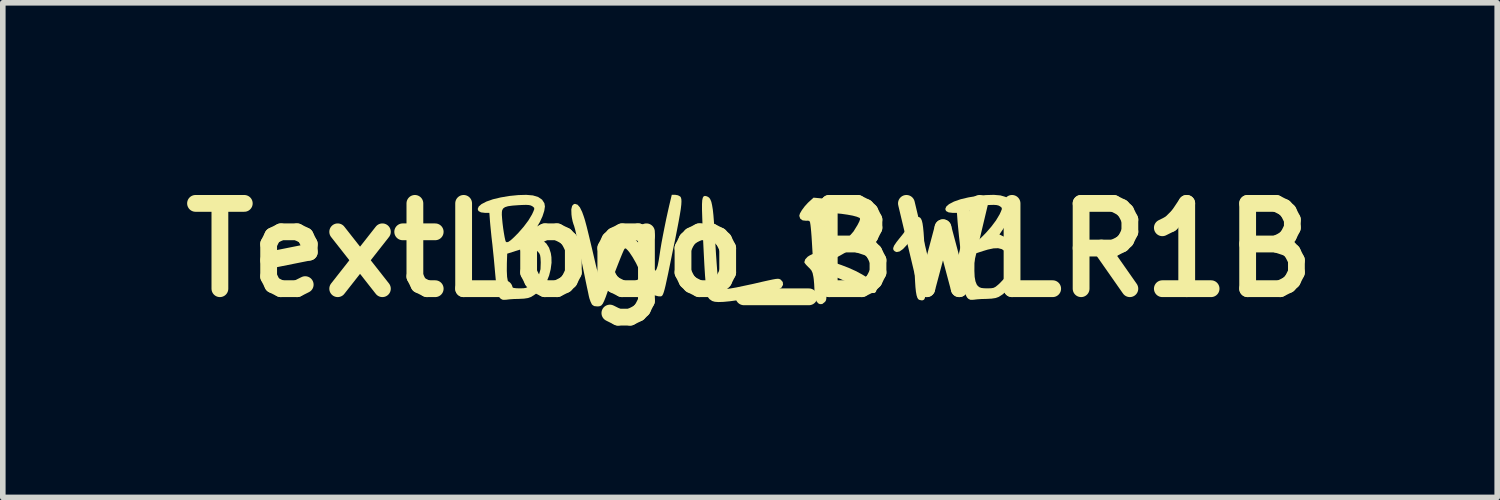
<source format=kicad_pcb>
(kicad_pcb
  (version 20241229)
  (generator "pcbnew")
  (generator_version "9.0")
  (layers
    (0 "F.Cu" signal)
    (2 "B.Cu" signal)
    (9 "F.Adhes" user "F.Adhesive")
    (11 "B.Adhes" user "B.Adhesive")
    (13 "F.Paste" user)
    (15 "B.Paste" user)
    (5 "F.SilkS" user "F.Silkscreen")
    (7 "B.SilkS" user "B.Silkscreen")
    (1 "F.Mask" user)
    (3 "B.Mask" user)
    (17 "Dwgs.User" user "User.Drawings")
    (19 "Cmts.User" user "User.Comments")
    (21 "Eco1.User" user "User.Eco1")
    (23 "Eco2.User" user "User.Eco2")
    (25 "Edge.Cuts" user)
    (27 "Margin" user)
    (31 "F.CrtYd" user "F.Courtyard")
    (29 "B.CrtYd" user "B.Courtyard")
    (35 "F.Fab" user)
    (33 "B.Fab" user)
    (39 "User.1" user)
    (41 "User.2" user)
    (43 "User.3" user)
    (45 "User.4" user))
  (footprint "TextLogo_BWLR1B"
    (layer "F.Cu")
    (at 10.349 1.418)
    (property "Reference" "TextLogo_BWLR1B" (at 0 0 0) (layer "F.SilkS") (effects (font (size 1.524 1.524) (thickness 0.3))))
    (attr board_only exclude_from_pos_files exclude_from_bom)
    (fp_poly (pts (xy 3.017 -0.59) (xy 3.038 -0.58) (xy 3.055 -0.559) (xy 3.07 -0.525) (xy 3.082 -0.475) (xy 3.092 -0.405) (xy 3.101 -0.312) (xy 3.109 -0.194) (xy 3.116 -0.048) (xy 3.123 0.13) (xy 3.127 0.23) (xy 3.133 0.403) (xy 3.137 0.543) (xy 3.139 0.654) (xy 3.138 0.74) (xy 3.134 0.803) (xy 3.127 0.846) (xy 3.116 0.875) (xy 3.101 0.89) (xy 3.083 0.897) (xy 3.065 0.898) (xy 3.024 0.889) (xy 3.003 0.875) (xy 2.988 0.848) (xy 2.975 0.806) (xy 2.964 0.745) (xy 2.955 0.661) (xy 2.948 0.552) (xy 2.941 0.413) (xy 2.936 0.242) (xy 2.936 0.237) (xy 2.932 0.114) (xy 2.927 0.004) (xy 2.922 -0.088) (xy 2.918 -0.158) (xy 2.913 -0.2) (xy 2.91 -0.212) (xy 2.893 -0.196) (xy 2.86 -0.16) (xy 2.817 -0.11) (xy 2.804 -0.095) (xy 2.733 -0.019) (xy 2.672 0.024) (xy 2.62 0.035) (xy 2.588 0.023) (xy 2.562 -0.002) (xy 2.557 -0.035) (xy 2.574 -0.08) (xy 2.616 -0.142) (xy 2.667 -0.207) (xy 2.724 -0.277) (xy 2.777 -0.348) (xy 2.818 -0.408) (xy 2.832 -0.431) (xy 2.887 -0.516) (xy 2.935 -0.568) (xy 2.978 -0.591) (xy 2.992 -0.593)) (stroke (width 0) (type solid)) (fill yes) (layer "F.SilkS"))
    (fp_poly (pts (xy -0.776 -0.962) (xy -0.775 -0.962) (xy -0.749 -0.95) (xy -0.726 -0.932) (xy -0.708 -0.903) (xy -0.691 -0.861) (xy -0.678 -0.803) (xy -0.665 -0.725) (xy -0.654 -0.624) (xy -0.644 -0.497) (xy -0.633 -0.341) (xy -0.622 -0.153) (xy -0.62 -0.126) (xy -0.608 0.069) (xy -0.596 0.241) (xy -0.585 0.388) (xy -0.574 0.509) (xy -0.563 0.601) (xy -0.554 0.661) (xy -0.546 0.685) (xy -0.529 0.696) (xy -0.493 0.7) (xy -0.436 0.697) (xy -0.355 0.686) (xy -0.249 0.668) (xy -0.116 0.64) (xy 0.049 0.605) (xy 0.23 0.563) (xy 0.334 0.54) (xy 0.41 0.524) (xy 0.462 0.515) (xy 0.498 0.512) (xy 0.522 0.515) (xy 0.541 0.524) (xy 0.549 0.529) (xy 0.585 0.57) (xy 0.59 0.62) (xy 0.563 0.668) (xy 0.559 0.672) (xy 0.509 0.703) (xy 0.429 0.738) (xy 0.325 0.773) (xy 0.202 0.807) (xy 0.066 0.84) (xy -0.077 0.87) (xy -0.221 0.895) (xy -0.361 0.914) (xy -0.476 0.925) (xy -0.566 0.928) (xy -0.629 0.923) (xy -0.677 0.909) (xy -0.678 0.908) (xy -0.723 0.877) (xy -0.754 0.837) (xy -0.755 0.835) (xy -0.767 0.786) (xy -0.78 0.706) (xy -0.792 0.595) (xy -0.804 0.453) (xy -0.815 0.277) (xy -0.826 0.068) (xy -0.838 -0.175) (xy -0.849 -0.453) (xy -0.854 -0.593) (xy -0.858 -0.723) (xy -0.858 -0.82) (xy -0.854 -0.89) (xy -0.844 -0.935) (xy -0.829 -0.96) (xy -0.806 -0.968)) (stroke (width 0) (type solid)) (fill yes) (layer "F.SilkS"))
    (fp_poly (pts (xy -3.879 -0.977) (xy -3.784 -0.948) (xy -3.715 -0.901) (xy -3.674 -0.838) (xy -3.664 -0.78) (xy -3.676 -0.701) (xy -3.707 -0.605) (xy -3.755 -0.501) (xy -3.815 -0.4) (xy -3.816 -0.399) (xy -3.898 -0.279) (xy -3.819 -0.241) (xy -3.714 -0.182) (xy -3.639 -0.118) (xy -3.59 -0.042) (xy -3.559 0.054) (xy -3.548 0.126) (xy -3.546 0.226) (xy -3.561 0.341) (xy -3.589 0.453) (xy -3.627 0.549) (xy -3.637 0.566) (xy -3.693 0.646) (xy -3.764 0.724) (xy -3.84 0.791) (xy -3.91 0.836) (xy -3.965 0.856) (xy -4.037 0.867) (xy -4.136 0.872) (xy -4.141 0.872) (xy -4.22 0.874) (xy -4.292 0.879) (xy -4.345 0.885) (xy -4.356 0.887) (xy -4.416 0.888) (xy -4.45 0.872) (xy -4.472 0.851) (xy -4.49 0.82) (xy -4.506 0.776) (xy -4.519 0.713) (xy -4.531 0.626) (xy -4.544 0.512) (xy -4.555 0.395) (xy -4.557 0.372) (xy -4.345 0.372) (xy -4.34 0.478) (xy -4.326 0.557) (xy -4.304 0.613) (xy -4.283 0.64) (xy -4.255 0.663) (xy -4.221 0.676) (xy -4.171 0.682) (xy -4.116 0.683) (xy -4.05 0.682) (xy -4.005 0.675) (xy -3.968 0.657) (xy -3.926 0.623) (xy -3.901 0.601) (xy -3.82 0.518) (xy -3.769 0.434) (xy -3.743 0.341) (xy -3.739 0.227) (xy -3.739 0.213) (xy -3.743 0.14) (xy -3.75 0.093) (xy -3.763 0.061) (xy -3.785 0.034) (xy -3.804 0.016) (xy -3.857 -0.018) (xy -3.922 -0.034) (xy -4.003 -0.031) (xy -4.106 -0.009) (xy -4.185 0.015) (xy -4.338 0.064) (xy -4.344 0.234) (xy -4.345 0.372) (xy -4.557 0.372) (xy -4.566 0.272) (xy -4.578 0.141) (xy -4.591 0.016) (xy -4.602 -0.093) (xy -4.607 -0.135) (xy -4.619 -0.239) (xy -4.63 -0.35) (xy -4.64 -0.451) (xy -4.645 -0.507) (xy -4.654 -0.631) (xy -4.434 -0.631) (xy -4.429 -0.561) (xy -4.421 -0.478) (xy -4.41 -0.39) (xy -4.397 -0.305) (xy -4.384 -0.231) (xy -4.372 -0.176) (xy -4.362 -0.149) (xy -4.343 -0.14) (xy -4.314 -0.149) (xy -4.272 -0.179) (xy -4.214 -0.232) (xy -4.139 -0.308) (xy -4.043 -0.418) (xy -3.959 -0.53) (xy -3.895 -0.637) (xy -3.872 -0.687) (xy -3.855 -0.73) (xy -3.856 -0.755) (xy -3.876 -0.774) (xy -3.89 -0.784) (xy -3.916 -0.797) (xy -3.95 -0.805) (xy -4 -0.808) (xy -4.073 -0.806) (xy -4.132 -0.803) (xy -4.243 -0.795) (xy -4.324 -0.784) (xy -4.378 -0.767) (xy -4.412 -0.742) (xy -4.429 -0.708) (xy -4.433 -0.679) (xy -4.434 -0.631) (xy -4.654 -0.631) (xy -4.657 -0.665) (xy -4.732 -0.665) (xy -4.806 -0.674) (xy -4.851 -0.698) (xy -4.865 -0.734) (xy -4.847 -0.778) (xy -4.798 -0.821) (xy -4.71 -0.867) (xy -4.593 -0.908) (xy -4.454 -0.941) (xy -4.301 -0.967) (xy -4.14 -0.983) (xy -3.997 -0.987)) (stroke (width 0) (type solid)) (fill yes) (layer "F.SilkS"))
    (fp_poly (pts (xy 4.474 -0.977) (xy 4.569 -0.948) (xy 4.638 -0.901) (xy 4.679 -0.838) (xy 4.688 -0.78) (xy 4.677 -0.701) (xy 4.646 -0.605) (xy 4.598 -0.501) (xy 4.538 -0.4) (xy 4.537 -0.399) (xy 4.455 -0.279) (xy 4.534 -0.241) (xy 4.639 -0.182) (xy 4.713 -0.118) (xy 4.763 -0.042) (xy 4.793 0.054) (xy 4.805 0.126) (xy 4.807 0.226) (xy 4.792 0.341) (xy 4.764 0.453) (xy 4.726 0.549) (xy 4.716 0.566) (xy 4.66 0.646) (xy 4.589 0.724) (xy 4.513 0.791) (xy 4.443 0.836) (xy 4.388 0.856) (xy 4.315 0.867) (xy 4.217 0.872) (xy 4.212 0.872) (xy 4.133 0.874) (xy 4.061 0.879) (xy 4.008 0.885) (xy 3.997 0.887) (xy 3.937 0.888) (xy 3.903 0.872) (xy 3.881 0.851) (xy 3.862 0.82) (xy 3.847 0.776) (xy 3.834 0.713) (xy 3.821 0.626) (xy 3.809 0.512) (xy 3.798 0.395) (xy 3.796 0.372) (xy 4.008 0.372) (xy 4.013 0.478) (xy 4.027 0.557) (xy 4.049 0.613) (xy 4.069 0.64) (xy 4.098 0.663) (xy 4.132 0.676) (xy 4.182 0.682) (xy 4.237 0.683) (xy 4.303 0.682) (xy 4.348 0.675) (xy 4.385 0.657) (xy 4.427 0.623) (xy 4.452 0.601) (xy 4.532 0.518) (xy 4.584 0.434) (xy 4.609 0.341) (xy 4.614 0.227) (xy 4.614 0.213) (xy 4.609 0.14) (xy 4.603 0.093) (xy 4.59 0.061) (xy 4.568 0.034) (xy 4.549 0.016) (xy 4.496 -0.018) (xy 4.431 -0.034) (xy 4.35 -0.031) (xy 4.247 -0.009) (xy 4.167 0.015) (xy 4.015 0.064) (xy 4.009 0.234) (xy 4.008 0.372) (xy 3.796 0.372) (xy 3.787 0.272) (xy 3.775 0.141) (xy 3.762 0.016) (xy 3.75 -0.093) (xy 3.746 -0.135) (xy 3.734 -0.239) (xy 3.723 -0.35) (xy 3.713 -0.451) (xy 3.708 -0.507) (xy 3.699 -0.631) (xy 3.919 -0.631) (xy 3.924 -0.561) (xy 3.932 -0.478) (xy 3.943 -0.39) (xy 3.956 -0.305) (xy 3.968 -0.231) (xy 3.98 -0.176) (xy 3.99 -0.149) (xy 4.01 -0.14) (xy 4.039 -0.149) (xy 4.081 -0.179) (xy 4.139 -0.232) (xy 4.214 -0.308) (xy 4.31 -0.418) (xy 4.394 -0.53) (xy 4.458 -0.637) (xy 4.481 -0.687) (xy 4.498 -0.73) (xy 4.497 -0.755) (xy 4.477 -0.774) (xy 4.463 -0.784) (xy 4.437 -0.797) (xy 4.402 -0.805) (xy 4.353 -0.808) (xy 4.28 -0.806) (xy 4.221 -0.803) (xy 4.11 -0.795) (xy 4.029 -0.784) (xy 3.974 -0.767) (xy 3.941 -0.742) (xy 3.924 -0.708) (xy 3.919 -0.679) (xy 3.919 -0.631) (xy 3.699 -0.631) (xy 3.696 -0.665) (xy 3.621 -0.665) (xy 3.547 -0.674) (xy 3.502 -0.698) (xy 3.488 -0.734) (xy 3.506 -0.778) (xy 3.555 -0.821) (xy 3.643 -0.867) (xy 3.76 -0.908) (xy 3.899 -0.941) (xy 4.052 -0.967) (xy 4.213 -0.983) (xy 4.356 -0.987)) (stroke (width 0) (type solid)) (fill yes) (layer "F.SilkS"))
    (fp_poly (pts (xy 1.264 -0.925) (xy 1.37 -0.914) (xy 1.486 -0.901) (xy 1.604 -0.887) (xy 1.719 -0.872) (xy 1.823 -0.857) (xy 1.911 -0.844) (xy 1.975 -0.832) (xy 2.007 -0.825) (xy 2.073 -0.787) (xy 2.129 -0.726) (xy 2.163 -0.654) (xy 2.165 -0.646) (xy 2.167 -0.568) (xy 2.146 -0.475) (xy 2.104 -0.375) (xy 2.067 -0.309) (xy 1.964 -0.172) (xy 1.844 -0.056) (xy 1.699 0.046) (xy 1.622 0.09) (xy 1.551 0.129) (xy 1.495 0.163) (xy 1.46 0.188) (xy 1.451 0.199) (xy 1.473 0.209) (xy 1.52 0.228) (xy 1.586 0.251) (xy 1.635 0.268) (xy 1.76 0.316) (xy 1.884 0.372) (xy 1.999 0.433) (xy 2.098 0.493) (xy 2.173 0.551) (xy 2.2 0.576) (xy 2.241 0.628) (xy 2.259 0.669) (xy 2.26 0.706) (xy 2.25 0.744) (xy 2.228 0.765) (xy 2.19 0.767) (xy 2.132 0.752) (xy 2.051 0.719) (xy 1.955 0.672) (xy 1.886 0.639) (xy 1.803 0.6) (xy 1.711 0.559) (xy 1.619 0.518) (xy 1.531 0.481) (xy 1.454 0.449) (xy 1.395 0.426) (xy 1.36 0.414) (xy 1.355 0.413) (xy 1.353 0.43) (xy 1.353 0.476) (xy 1.355 0.545) (xy 1.358 0.63) (xy 1.359 0.653) (xy 1.363 0.75) (xy 1.365 0.818) (xy 1.363 0.864) (xy 1.358 0.893) (xy 1.348 0.914) (xy 1.332 0.931) (xy 1.332 0.931) (xy 1.289 0.964) (xy 1.248 0.965) (xy 1.218 0.951) (xy 1.188 0.915) (xy 1.165 0.849) (xy 1.152 0.761) (xy 1.15 0.692) (xy 1.146 0.608) (xy 1.138 0.518) (xy 1.132 0.477) (xy 1.118 0.41) (xy 1.096 0.362) (xy 1.059 0.32) (xy 1.042 0.304) (xy 1.002 0.263) (xy 0.976 0.23) (xy 0.97 0.216) (xy 0.986 0.165) (xy 1.03 0.118) (xy 1.063 0.097) (xy 1.118 0.069) (xy 1.105 -0.15) (xy 1.099 -0.244) (xy 1.092 -0.333) (xy 1.085 -0.406) (xy 1.08 -0.449) (xy 1.072 -0.498) (xy 1.059 -0.521) (xy 1.033 -0.526) (xy 1.004 -0.524) (xy 0.94 -0.531) (xy 0.897 -0.562) (xy 0.88 -0.611) (xy 0.88 -0.613) (xy 0.888 -0.642) (xy 1.298 -0.642) (xy 1.3 -0.635) (xy 1.305 -0.605) (xy 1.312 -0.547) (xy 1.32 -0.47) (xy 1.329 -0.381) (xy 1.329 -0.377) (xy 1.338 -0.283) (xy 1.346 -0.195) (xy 1.353 -0.122) (xy 1.358 -0.077) (xy 1.367 -0.002) (xy 1.451 -0.038) (xy 1.517 -0.069) (xy 1.592 -0.107) (xy 1.629 -0.128) (xy 1.745 -0.214) (xy 1.849 -0.333) (xy 1.921 -0.45) (xy 1.952 -0.511) (xy 1.965 -0.549) (xy 1.963 -0.569) (xy 1.956 -0.576) (xy 1.908 -0.596) (xy 1.833 -0.616) (xy 1.74 -0.633) (xy 1.635 -0.648) (xy 1.529 -0.658) (xy 1.485 -0.661) (xy 1.399 -0.664) (xy 1.344 -0.664) (xy 1.312 -0.661) (xy 1.299 -0.654) (xy 1.298 -0.642) (xy 0.888 -0.642) (xy 0.893 -0.657) (xy 0.927 -0.715) (xy 0.976 -0.781) (xy 1.035 -0.846) (xy 1.06 -0.869) (xy 1.135 -0.937)) (stroke (width 0) (type solid)) (fill yes) (layer "F.SilkS"))
    (fp_poly (pts (xy -1.287 -0.979) (xy -1.248 -0.958) (xy -1.247 -0.957) (xy -1.235 -0.939) (xy -1.227 -0.91) (xy -1.225 -0.868) (xy -1.228 -0.811) (xy -1.237 -0.734) (xy -1.253 -0.636) (xy -1.275 -0.512) (xy -1.304 -0.361) (xy -1.34 -0.178) (xy -1.357 -0.099) (xy -1.399 0.106) (xy -1.434 0.277) (xy -1.463 0.42) (xy -1.488 0.535) (xy -1.508 0.627) (xy -1.525 0.697) (xy -1.54 0.749) (xy -1.553 0.785) (xy -1.565 0.808) (xy -1.578 0.821) (xy -1.591 0.826) (xy -1.606 0.827) (xy -1.623 0.826) (xy -1.635 0.826) (xy -1.701 0.809) (xy -1.76 0.758) (xy -1.796 0.7) (xy -1.825 0.653) (xy -1.852 0.621) (xy -1.859 0.615) (xy -1.877 0.592) (xy -1.902 0.544) (xy -1.929 0.479) (xy -1.939 0.451) (xy -1.983 0.343) (xy -2.037 0.231) (xy -2.097 0.126) (xy -2.155 0.039) (xy -2.183 0.005) (xy -2.214 -0.026) (xy -2.232 -0.031) (xy -2.245 -0.018) (xy -2.259 0.01) (xy -2.283 0.065) (xy -2.315 0.143) (xy -2.352 0.236) (xy -2.393 0.341) (xy -2.435 0.45) (xy -2.477 0.559) (xy -2.514 0.661) (xy -2.542 0.736) (xy -2.578 0.838) (xy -2.607 0.91) (xy -2.631 0.958) (xy -2.655 0.987) (xy -2.681 1.001) (xy -2.713 1.006) (xy -2.73 1.006) (xy -2.785 1) (xy -2.819 0.977) (xy -2.827 0.966) (xy -2.849 0.921) (xy -2.869 0.864) (xy -2.872 0.853) (xy -2.88 0.82) (xy -2.893 0.756) (xy -2.912 0.668) (xy -2.935 0.559) (xy -2.96 0.435) (xy -2.988 0.302) (xy -3.016 0.164) (xy -3.044 0.026) (xy -3.07 -0.106) (xy -3.095 -0.228) (xy -3.11 -0.305) (xy -3.126 -0.373) (xy -3.144 -0.436) (xy -3.154 -0.462) (xy -3.169 -0.512) (xy -3.183 -0.58) (xy -3.19 -0.634) (xy -3.193 -0.728) (xy -3.178 -0.791) (xy -3.147 -0.822) (xy -3.126 -0.826) (xy -3.081 -0.811) (xy -3.039 -0.763) (xy -2.999 -0.681) (xy -2.974 -0.612) (xy -2.961 -0.573) (xy -2.948 -0.531) (xy -2.935 -0.482) (xy -2.919 -0.423) (xy -2.901 -0.35) (xy -2.879 -0.26) (xy -2.852 -0.147) (xy -2.819 -0.009) (xy -2.78 0.158) (xy -2.757 0.257) (xy -2.737 0.337) (xy -2.718 0.401) (xy -2.704 0.442) (xy -2.695 0.455) (xy -2.694 0.454) (xy -2.684 0.434) (xy -2.664 0.385) (xy -2.635 0.313) (xy -2.6 0.223) (xy -2.562 0.121) (xy -2.553 0.099) (xy -2.506 -0.024) (xy -2.463 -0.126) (xy -2.428 -0.205) (xy -2.401 -0.256) (xy -2.387 -0.274) (xy -2.331 -0.299) (xy -2.258 -0.303) (xy -2.18 -0.284) (xy -2.162 -0.276) (xy -2.087 -0.226) (xy -2.008 -0.146) (xy -1.927 -0.041) (xy -1.85 0.084) (xy -1.803 0.176) (xy -1.765 0.252) (xy -1.731 0.313) (xy -1.704 0.354) (xy -1.689 0.368) (xy -1.688 0.368) (xy -1.67 0.34) (xy -1.65 0.279) (xy -1.632 0.19) (xy -1.615 0.081) (xy -1.601 -0.012) (xy -1.581 -0.131) (xy -1.555 -0.268) (xy -1.526 -0.415) (xy -1.496 -0.562) (xy -1.465 -0.702) (xy -1.444 -0.795) (xy -1.398 -0.988) (xy -1.338 -0.988)) (stroke (width 0) (type solid)) (fill yes) (layer "F.SilkS")))
  (gr_rect
    (start -3 -3)
    (end 23.697 5.836)
    (stroke (width 0.1) (type default))
    (fill no)
    (layer "Edge.Cuts")))
</source>
